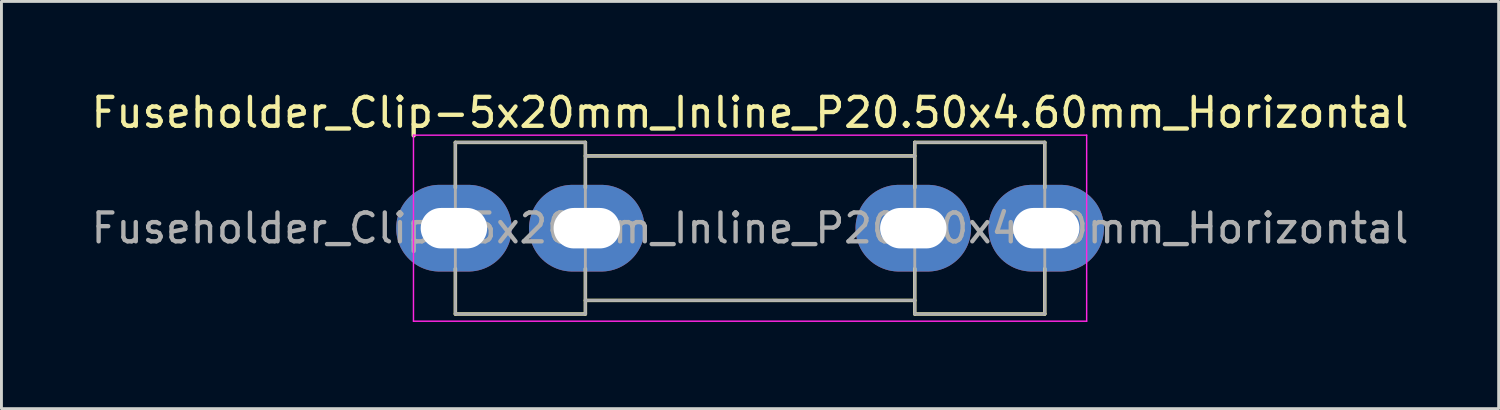
<source format=kicad_pcb>
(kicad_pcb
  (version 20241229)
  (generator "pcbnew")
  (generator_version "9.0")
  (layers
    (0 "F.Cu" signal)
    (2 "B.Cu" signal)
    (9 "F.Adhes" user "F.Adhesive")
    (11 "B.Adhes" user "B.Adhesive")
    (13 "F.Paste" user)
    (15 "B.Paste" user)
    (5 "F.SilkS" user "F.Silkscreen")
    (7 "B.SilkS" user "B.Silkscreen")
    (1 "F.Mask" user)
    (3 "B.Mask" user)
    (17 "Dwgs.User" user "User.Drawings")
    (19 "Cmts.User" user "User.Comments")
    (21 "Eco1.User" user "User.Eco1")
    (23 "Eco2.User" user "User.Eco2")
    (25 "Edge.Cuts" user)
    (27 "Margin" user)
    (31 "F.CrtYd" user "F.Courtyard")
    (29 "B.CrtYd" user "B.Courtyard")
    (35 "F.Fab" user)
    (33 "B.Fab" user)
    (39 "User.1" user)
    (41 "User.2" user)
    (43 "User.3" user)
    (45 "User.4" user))
  (footprint "Fuseholder_Clip-5x20mm_Inline_P20.50x4.60mm_Horizontal"
    (layer "F.Cu")
    (at 12.661 4.848)
    (property "Reference" "Fuseholder_Clip-5x20mm_Inline_P20.50x4.60mm_Horizontal" (at 10.25 -4 0) (layer "F.SilkS") (effects (font (size 1 1) (thickness 0.15))))
    (attr through_hole)
    (fp_line (start 0.05 -2.97) (end 0.05 -1.4) (stroke (width 0.12) (type solid)) (layer "F.SilkS"))
    (fp_line (start 0.05 2.97) (end 0.05 1.4) (stroke (width 0.12) (type solid)) (layer "F.SilkS"))
    (fp_line (start 4.55 -2.97) (end 0.05 -2.97) (stroke (width 0.12) (type solid)) (layer "F.SilkS"))
    (fp_line (start 4.55 -2.97) (end 4.55 -1.4) (stroke (width 0.12) (type solid)) (layer "F.SilkS"))
    (fp_line (start 4.55 2.97) (end 0.05 2.97) (stroke (width 0.12) (type solid)) (layer "F.SilkS"))
    (fp_line (start 4.55 2.97) (end 4.55 1.4) (stroke (width 0.12) (type solid)) (layer "F.SilkS"))
    (fp_line (start 15.95 -2.97) (end 15.95 -1.4) (stroke (width 0.12) (type solid)) (layer "F.SilkS"))
    (fp_line (start 15.95 -2.5) (end 4.55 -2.5) (stroke (width 0.12) (type solid)) (layer "F.SilkS"))
    (fp_line (start 15.95 2.5) (end 4.55 2.5) (stroke (width 0.12) (type solid)) (layer "F.SilkS"))
    (fp_line (start 15.95 2.97) (end 15.95 1.4) (stroke (width 0.12) (type solid)) (layer "F.SilkS"))
    (fp_line (start 15.95 2.97) (end 20.45 2.97) (stroke (width 0.12) (type solid)) (layer "F.SilkS"))
    (fp_line (start 20.45 -2.97) (end 15.95 -2.97) (stroke (width 0.12) (type solid)) (layer "F.SilkS"))
    (fp_line (start 20.45 -1.4) (end 20.45 -2.97) (stroke (width 0.12) (type solid)) (layer "F.SilkS"))
    (fp_line (start 20.45 1.4) (end 20.45 2.97) (stroke (width 0.12) (type solid)) (layer "F.SilkS"))
    (fp_line (start -1.4 -3.22) (end -1.4 3.22) (stroke (width 0.05) (type solid)) (layer "F.CrtYd"))
    (fp_line (start -1.4 -3.22) (end 21.9 -3.22) (stroke (width 0.05) (type solid)) (layer "F.CrtYd"))
    (fp_line (start 21.9 3.22) (end -1.4 3.22) (stroke (width 0.05) (type solid)) (layer "F.CrtYd"))
    (fp_line (start 21.9 3.22) (end 21.9 -3.22) (stroke (width 0.05) (type solid)) (layer "F.CrtYd"))
    (fp_line (start 0.05 -2.97) (end 4.55 -2.97) (stroke (width 0.1) (type solid)) (layer "F.Fab"))
    (fp_line (start 0.05 2.97) (end 0.05 -2.97) (stroke (width 0.1) (type solid)) (layer "F.Fab"))
    (fp_line (start 4.55 -2.97) (end 4.55 2.97) (stroke (width 0.1) (type solid)) (layer "F.Fab"))
    (fp_line (start 4.55 -2.5) (end 15.95 -2.5) (stroke (width 0.1) (type solid)) (layer "F.Fab"))
    (fp_line (start 4.55 2.97) (end 0.05 2.97) (stroke (width 0.1) (type solid)) (layer "F.Fab"))
    (fp_line (start 15.95 -2.97) (end 15.95 2.97) (stroke (width 0.1) (type solid)) (layer "F.Fab"))
    (fp_line (start 15.95 2.5) (end 4.55 2.5) (stroke (width 0.1) (type solid)) (layer "F.Fab"))
    (fp_line (start 15.95 2.97) (end 20.45 2.97) (stroke (width 0.1) (type solid)) (layer "F.Fab"))
    (fp_line (start 20.45 -2.97) (end 15.95 -2.97) (stroke (width 0.1) (type solid)) (layer "F.Fab"))
    (fp_line (start 20.45 2.97) (end 20.45 -2.97) (stroke (width 0.1) (type solid)) (layer "F.Fab"))
    (fp_text user "${REFERENCE}" (at 10.25 0 0) (layer "F.Fab") (effects (font (size 1 1) (thickness 0.15))))
    (pad "1" thru_hole oval (at 0 0) (size 4 3) (drill oval 2.3 1.4) (layers "*.Cu" "*.Mask"))
    (pad "1" thru_hole oval (at 4.6 0) (size 4 3) (drill oval 2.3 1.4) (layers "*.Cu" "*.Mask"))
    (pad "2" thru_hole oval (at 15.9 0) (size 4 3) (drill oval 2.3 1.4) (layers "*.Cu" "*.Mask"))
    (pad "2" thru_hole oval (at 20.5 0) (size 4 3) (drill oval 2.3 1.4) (layers "*.Cu" "*.Mask")))
  (gr_rect
    (start -3 -3)
    (end 48.821 11.093)
    (stroke (width 0.1) (type default))
    (fill no)
    (layer "Edge.Cuts")))
</source>
